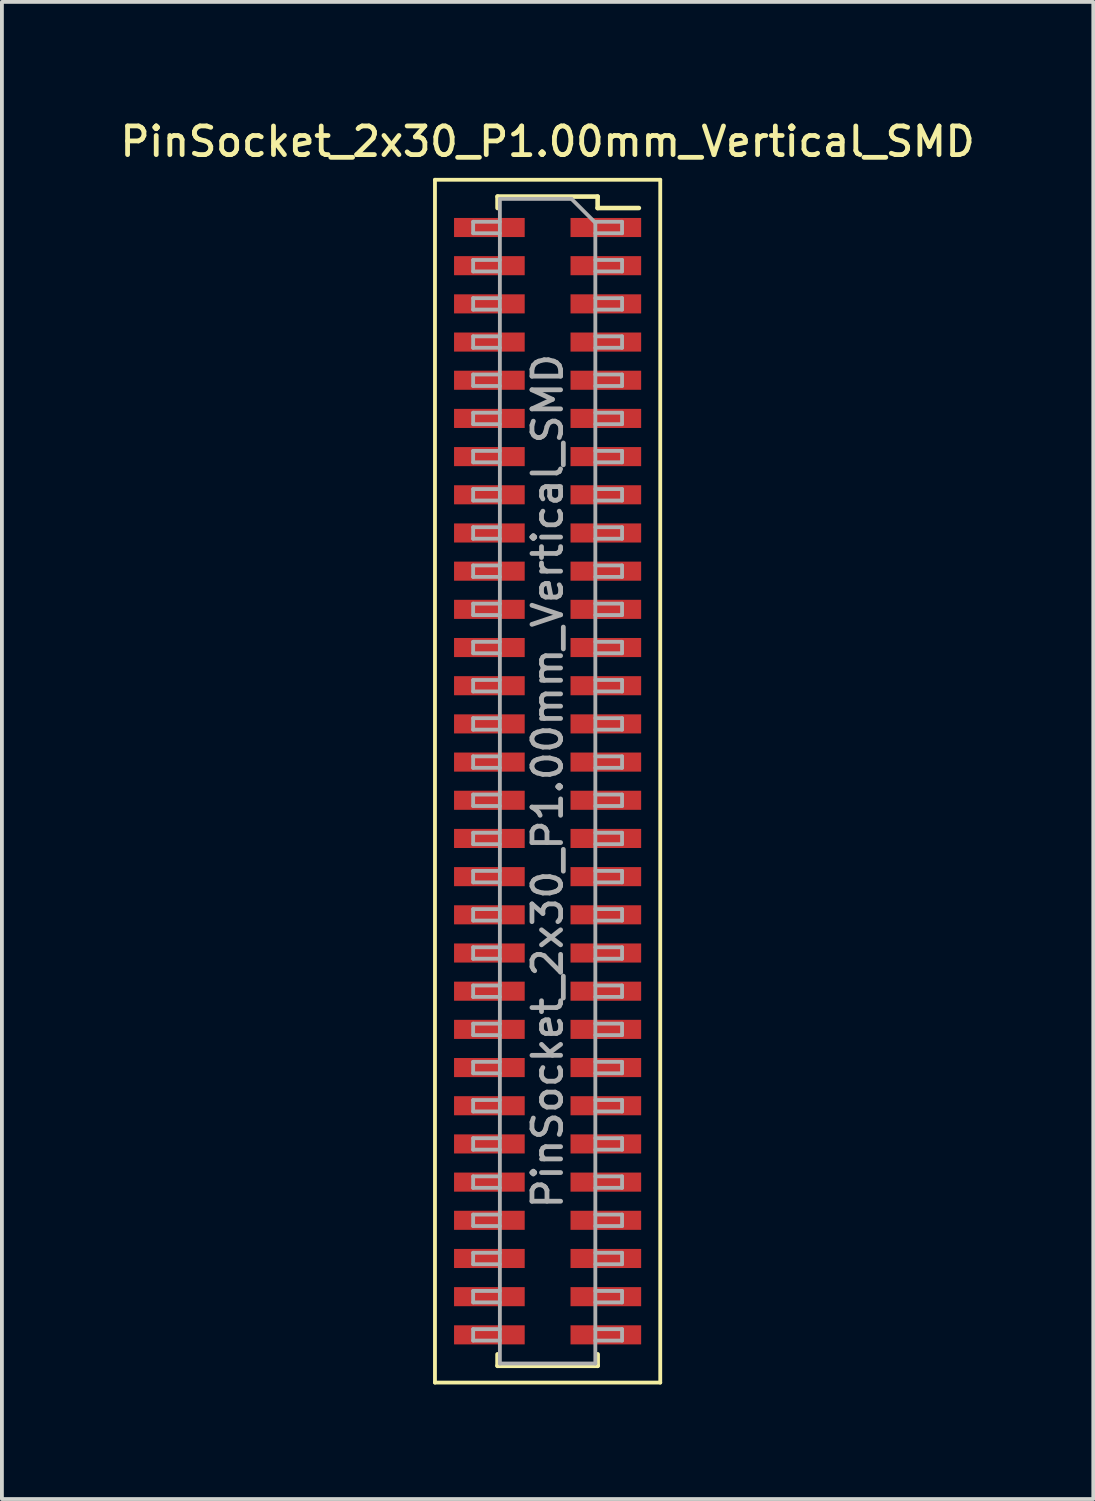
<source format=kicad_pcb>
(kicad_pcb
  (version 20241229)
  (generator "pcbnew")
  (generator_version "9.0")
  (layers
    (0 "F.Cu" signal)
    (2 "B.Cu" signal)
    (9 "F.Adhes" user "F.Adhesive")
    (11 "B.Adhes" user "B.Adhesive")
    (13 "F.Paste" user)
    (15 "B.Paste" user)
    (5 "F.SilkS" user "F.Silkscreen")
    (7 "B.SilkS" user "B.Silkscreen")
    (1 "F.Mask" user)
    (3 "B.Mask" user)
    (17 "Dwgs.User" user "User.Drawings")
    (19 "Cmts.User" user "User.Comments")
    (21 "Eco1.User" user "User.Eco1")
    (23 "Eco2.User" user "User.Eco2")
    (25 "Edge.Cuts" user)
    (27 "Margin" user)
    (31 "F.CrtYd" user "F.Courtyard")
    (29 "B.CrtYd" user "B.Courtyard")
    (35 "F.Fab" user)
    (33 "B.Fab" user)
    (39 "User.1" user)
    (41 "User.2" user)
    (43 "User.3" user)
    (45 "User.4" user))
  (footprint "PinSocket_2x30_P1.00mm_Vertical_SMD"
    (layer "F.Cu")
    (at 11.291 17.408)
    (property "Reference" "PinSocket_2x30_P1.00mm_Vertical_SMD" (at 0 -16.75 0) (layer "F.SilkS") (effects (font (size 0.75 0.75) (thickness 0.125))))
    (attr smd)
    (fp_line (start -2.95 -15.75) (end 2.95 -15.75) (stroke (width 0.1) (type solid)) (layer "F.SilkS"))
    (fp_line (start -2.95 15.75) (end -2.95 -15.75) (stroke (width 0.1) (type solid)) (layer "F.SilkS"))
    (fp_line (start -1.31 -15.31) (end -1.31 -15.01) (stroke (width 0.12) (type solid)) (layer "F.SilkS"))
    (fp_line (start -1.31 -15.31) (end 1.31 -15.31) (stroke (width 0.12) (type solid)) (layer "F.SilkS"))
    (fp_line (start -1.31 15.01) (end -1.31 15.31) (stroke (width 0.12) (type solid)) (layer "F.SilkS"))
    (fp_line (start -1.31 15.31) (end 1.31 15.31) (stroke (width 0.12) (type solid)) (layer "F.SilkS"))
    (fp_line (start 1.31 -15.31) (end 1.31 -15.01) (stroke (width 0.12) (type solid)) (layer "F.SilkS"))
    (fp_line (start 1.31 -15.01) (end 2.39 -15.01) (stroke (width 0.12) (type solid)) (layer "F.SilkS"))
    (fp_line (start 1.31 15.01) (end 1.31 15.31) (stroke (width 0.12) (type solid)) (layer "F.SilkS"))
    (fp_line (start 2.95 -15.75) (end 2.95 15.75) (stroke (width 0.1) (type solid)) (layer "F.SilkS"))
    (fp_line (start 2.95 15.75) (end -2.95 15.75) (stroke (width 0.1) (type solid)) (layer "F.SilkS"))
    (fp_line (start -1.95 -14.65) (end -1.25 -14.65) (stroke (width 0.1) (type solid)) (layer "F.Fab"))
    (fp_line (start -1.95 -14.35) (end -1.95 -14.65) (stroke (width 0.1) (type solid)) (layer "F.Fab"))
    (fp_line (start -1.95 -13.65) (end -1.25 -13.65) (stroke (width 0.1) (type solid)) (layer "F.Fab"))
    (fp_line (start -1.95 -13.35) (end -1.95 -13.65) (stroke (width 0.1) (type solid)) (layer "F.Fab"))
    (fp_line (start -1.95 -12.65) (end -1.25 -12.65) (stroke (width 0.1) (type solid)) (layer "F.Fab"))
    (fp_line (start -1.95 -12.35) (end -1.95 -12.65) (stroke (width 0.1) (type solid)) (layer "F.Fab"))
    (fp_line (start -1.95 -11.65) (end -1.25 -11.65) (stroke (width 0.1) (type solid)) (layer "F.Fab"))
    (fp_line (start -1.95 -11.35) (end -1.95 -11.65) (stroke (width 0.1) (type solid)) (layer "F.Fab"))
    (fp_line (start -1.95 -10.65) (end -1.25 -10.65) (stroke (width 0.1) (type solid)) (layer "F.Fab"))
    (fp_line (start -1.95 -10.35) (end -1.95 -10.65) (stroke (width 0.1) (type solid)) (layer "F.Fab"))
    (fp_line (start -1.95 -9.65) (end -1.25 -9.65) (stroke (width 0.1) (type solid)) (layer "F.Fab"))
    (fp_line (start -1.95 -9.35) (end -1.95 -9.65) (stroke (width 0.1) (type solid)) (layer "F.Fab"))
    (fp_line (start -1.95 -8.65) (end -1.25 -8.65) (stroke (width 0.1) (type solid)) (layer "F.Fab"))
    (fp_line (start -1.95 -8.35) (end -1.95 -8.65) (stroke (width 0.1) (type solid)) (layer "F.Fab"))
    (fp_line (start -1.95 -7.65) (end -1.25 -7.65) (stroke (width 0.1) (type solid)) (layer "F.Fab"))
    (fp_line (start -1.95 -7.35) (end -1.95 -7.65) (stroke (width 0.1) (type solid)) (layer "F.Fab"))
    (fp_line (start -1.95 -6.65) (end -1.25 -6.65) (stroke (width 0.1) (type solid)) (layer "F.Fab"))
    (fp_line (start -1.95 -6.35) (end -1.95 -6.65) (stroke (width 0.1) (type solid)) (layer "F.Fab"))
    (fp_line (start -1.95 -5.65) (end -1.25 -5.65) (stroke (width 0.1) (type solid)) (layer "F.Fab"))
    (fp_line (start -1.95 -5.35) (end -1.95 -5.65) (stroke (width 0.1) (type solid)) (layer "F.Fab"))
    (fp_line (start -1.95 -4.65) (end -1.25 -4.65) (stroke (width 0.1) (type solid)) (layer "F.Fab"))
    (fp_line (start -1.95 -4.35) (end -1.95 -4.65) (stroke (width 0.1) (type solid)) (layer "F.Fab"))
    (fp_line (start -1.95 -3.65) (end -1.25 -3.65) (stroke (width 0.1) (type solid)) (layer "F.Fab"))
    (fp_line (start -1.95 -3.35) (end -1.95 -3.65) (stroke (width 0.1) (type solid)) (layer "F.Fab"))
    (fp_line (start -1.95 -2.65) (end -1.25 -2.65) (stroke (width 0.1) (type solid)) (layer "F.Fab"))
    (fp_line (start -1.95 -2.35) (end -1.95 -2.65) (stroke (width 0.1) (type solid)) (layer "F.Fab"))
    (fp_line (start -1.95 -1.65) (end -1.25 -1.65) (stroke (width 0.1) (type solid)) (layer "F.Fab"))
    (fp_line (start -1.95 -1.35) (end -1.95 -1.65) (stroke (width 0.1) (type solid)) (layer "F.Fab"))
    (fp_line (start -1.95 -0.65) (end -1.25 -0.65) (stroke (width 0.1) (type solid)) (layer "F.Fab"))
    (fp_line (start -1.95 -0.35) (end -1.95 -0.65) (stroke (width 0.1) (type solid)) (layer "F.Fab"))
    (fp_line (start -1.95 0.35) (end -1.25 0.35) (stroke (width 0.1) (type solid)) (layer "F.Fab"))
    (fp_line (start -1.95 0.65) (end -1.95 0.35) (stroke (width 0.1) (type solid)) (layer "F.Fab"))
    (fp_line (start -1.95 1.35) (end -1.25 1.35) (stroke (width 0.1) (type solid)) (layer "F.Fab"))
    (fp_line (start -1.95 1.65) (end -1.95 1.35) (stroke (width 0.1) (type solid)) (layer "F.Fab"))
    (fp_line (start -1.95 2.35) (end -1.25 2.35) (stroke (width 0.1) (type solid)) (layer "F.Fab"))
    (fp_line (start -1.95 2.65) (end -1.95 2.35) (stroke (width 0.1) (type solid)) (layer "F.Fab"))
    (fp_line (start -1.95 3.35) (end -1.25 3.35) (stroke (width 0.1) (type solid)) (layer "F.Fab"))
    (fp_line (start -1.95 3.65) (end -1.95 3.35) (stroke (width 0.1) (type solid)) (layer "F.Fab"))
    (fp_line (start -1.95 4.35) (end -1.25 4.35) (stroke (width 0.1) (type solid)) (layer "F.Fab"))
    (fp_line (start -1.95 4.65) (end -1.95 4.35) (stroke (width 0.1) (type solid)) (layer "F.Fab"))
    (fp_line (start -1.95 5.35) (end -1.25 5.35) (stroke (width 0.1) (type solid)) (layer "F.Fab"))
    (fp_line (start -1.95 5.65) (end -1.95 5.35) (stroke (width 0.1) (type solid)) (layer "F.Fab"))
    (fp_line (start -1.95 6.35) (end -1.25 6.35) (stroke (width 0.1) (type solid)) (layer "F.Fab"))
    (fp_line (start -1.95 6.65) (end -1.95 6.35) (stroke (width 0.1) (type solid)) (layer "F.Fab"))
    (fp_line (start -1.95 7.35) (end -1.25 7.35) (stroke (width 0.1) (type solid)) (layer "F.Fab"))
    (fp_line (start -1.95 7.65) (end -1.95 7.35) (stroke (width 0.1) (type solid)) (layer "F.Fab"))
    (fp_line (start -1.95 8.35) (end -1.25 8.35) (stroke (width 0.1) (type solid)) (layer "F.Fab"))
    (fp_line (start -1.95 8.65) (end -1.95 8.35) (stroke (width 0.1) (type solid)) (layer "F.Fab"))
    (fp_line (start -1.95 9.35) (end -1.25 9.35) (stroke (width 0.1) (type solid)) (layer "F.Fab"))
    (fp_line (start -1.95 9.65) (end -1.95 9.35) (stroke (width 0.1) (type solid)) (layer "F.Fab"))
    (fp_line (start -1.95 10.35) (end -1.25 10.35) (stroke (width 0.1) (type solid)) (layer "F.Fab"))
    (fp_line (start -1.95 10.65) (end -1.95 10.35) (stroke (width 0.1) (type solid)) (layer "F.Fab"))
    (fp_line (start -1.95 11.35) (end -1.25 11.35) (stroke (width 0.1) (type solid)) (layer "F.Fab"))
    (fp_line (start -1.95 11.65) (end -1.95 11.35) (stroke (width 0.1) (type solid)) (layer "F.Fab"))
    (fp_line (start -1.95 12.35) (end -1.25 12.35) (stroke (width 0.1) (type solid)) (layer "F.Fab"))
    (fp_line (start -1.95 12.65) (end -1.95 12.35) (stroke (width 0.1) (type solid)) (layer "F.Fab"))
    (fp_line (start -1.95 13.35) (end -1.25 13.35) (stroke (width 0.1) (type solid)) (layer "F.Fab"))
    (fp_line (start -1.95 13.65) (end -1.95 13.35) (stroke (width 0.1) (type solid)) (layer "F.Fab"))
    (fp_line (start -1.95 14.35) (end -1.25 14.35) (stroke (width 0.1) (type solid)) (layer "F.Fab"))
    (fp_line (start -1.95 14.65) (end -1.95 14.35) (stroke (width 0.1) (type solid)) (layer "F.Fab"))
    (fp_line (start -1.25 -15.25) (end 0.625 -15.25) (stroke (width 0.1) (type solid)) (layer "F.Fab"))
    (fp_line (start -1.25 -14.35) (end -1.95 -14.35) (stroke (width 0.1) (type solid)) (layer "F.Fab"))
    (fp_line (start -1.25 -13.35) (end -1.95 -13.35) (stroke (width 0.1) (type solid)) (layer "F.Fab"))
    (fp_line (start -1.25 -12.35) (end -1.95 -12.35) (stroke (width 0.1) (type solid)) (layer "F.Fab"))
    (fp_line (start -1.25 -11.35) (end -1.95 -11.35) (stroke (width 0.1) (type solid)) (layer "F.Fab"))
    (fp_line (start -1.25 -10.35) (end -1.95 -10.35) (stroke (width 0.1) (type solid)) (layer "F.Fab"))
    (fp_line (start -1.25 -9.35) (end -1.95 -9.35) (stroke (width 0.1) (type solid)) (layer "F.Fab"))
    (fp_line (start -1.25 -8.35) (end -1.95 -8.35) (stroke (width 0.1) (type solid)) (layer "F.Fab"))
    (fp_line (start -1.25 -7.35) (end -1.95 -7.35) (stroke (width 0.1) (type solid)) (layer "F.Fab"))
    (fp_line (start -1.25 -6.35) (end -1.95 -6.35) (stroke (width 0.1) (type solid)) (layer "F.Fab"))
    (fp_line (start -1.25 -5.35) (end -1.95 -5.35) (stroke (width 0.1) (type solid)) (layer "F.Fab"))
    (fp_line (start -1.25 -4.35) (end -1.95 -4.35) (stroke (width 0.1) (type solid)) (layer "F.Fab"))
    (fp_line (start -1.25 -3.35) (end -1.95 -3.35) (stroke (width 0.1) (type solid)) (layer "F.Fab"))
    (fp_line (start -1.25 -2.35) (end -1.95 -2.35) (stroke (width 0.1) (type solid)) (layer "F.Fab"))
    (fp_line (start -1.25 -1.35) (end -1.95 -1.35) (stroke (width 0.1) (type solid)) (layer "F.Fab"))
    (fp_line (start -1.25 -0.35) (end -1.95 -0.35) (stroke (width 0.1) (type solid)) (layer "F.Fab"))
    (fp_line (start -1.25 0.65) (end -1.95 0.65) (stroke (width 0.1) (type solid)) (layer "F.Fab"))
    (fp_line (start -1.25 1.65) (end -1.95 1.65) (stroke (width 0.1) (type solid)) (layer "F.Fab"))
    (fp_line (start -1.25 2.65) (end -1.95 2.65) (stroke (width 0.1) (type solid)) (layer "F.Fab"))
    (fp_line (start -1.25 3.65) (end -1.95 3.65) (stroke (width 0.1) (type solid)) (layer "F.Fab"))
    (fp_line (start -1.25 4.65) (end -1.95 4.65) (stroke (width 0.1) (type solid)) (layer "F.Fab"))
    (fp_line (start -1.25 5.65) (end -1.95 5.65) (stroke (width 0.1) (type solid)) (layer "F.Fab"))
    (fp_line (start -1.25 6.65) (end -1.95 6.65) (stroke (width 0.1) (type solid)) (layer "F.Fab"))
    (fp_line (start -1.25 7.65) (end -1.95 7.65) (stroke (width 0.1) (type solid)) (layer "F.Fab"))
    (fp_line (start -1.25 8.65) (end -1.95 8.65) (stroke (width 0.1) (type solid)) (layer "F.Fab"))
    (fp_line (start -1.25 9.65) (end -1.95 9.65) (stroke (width 0.1) (type solid)) (layer "F.Fab"))
    (fp_line (start -1.25 10.65) (end -1.95 10.65) (stroke (width 0.1) (type solid)) (layer "F.Fab"))
    (fp_line (start -1.25 11.65) (end -1.95 11.65) (stroke (width 0.1) (type solid)) (layer "F.Fab"))
    (fp_line (start -1.25 12.65) (end -1.95 12.65) (stroke (width 0.1) (type solid)) (layer "F.Fab"))
    (fp_line (start -1.25 13.65) (end -1.95 13.65) (stroke (width 0.1) (type solid)) (layer "F.Fab"))
    (fp_line (start -1.25 14.65) (end -1.95 14.65) (stroke (width 0.1) (type solid)) (layer "F.Fab"))
    (fp_line (start -1.25 15.25) (end -1.25 -15.25) (stroke (width 0.1) (type solid)) (layer "F.Fab"))
    (fp_line (start 0.625 -15.25) (end 1.25 -14.625) (stroke (width 0.1) (type solid)) (layer "F.Fab"))
    (fp_line (start 1.25 -14.65) (end 1.95 -14.65) (stroke (width 0.1) (type solid)) (layer "F.Fab"))
    (fp_line (start 1.25 -14.625) (end 1.25 15.25) (stroke (width 0.1) (type solid)) (layer "F.Fab"))
    (fp_line (start 1.25 -13.65) (end 1.95 -13.65) (stroke (width 0.1) (type solid)) (layer "F.Fab"))
    (fp_line (start 1.25 -12.65) (end 1.95 -12.65) (stroke (width 0.1) (type solid)) (layer "F.Fab"))
    (fp_line (start 1.25 -11.65) (end 1.95 -11.65) (stroke (width 0.1) (type solid)) (layer "F.Fab"))
    (fp_line (start 1.25 -10.65) (end 1.95 -10.65) (stroke (width 0.1) (type solid)) (layer "F.Fab"))
    (fp_line (start 1.25 -9.65) (end 1.95 -9.65) (stroke (width 0.1) (type solid)) (layer "F.Fab"))
    (fp_line (start 1.25 -8.65) (end 1.95 -8.65) (stroke (width 0.1) (type solid)) (layer "F.Fab"))
    (fp_line (start 1.25 -7.65) (end 1.95 -7.65) (stroke (width 0.1) (type solid)) (layer "F.Fab"))
    (fp_line (start 1.25 -6.65) (end 1.95 -6.65) (stroke (width 0.1) (type solid)) (layer "F.Fab"))
    (fp_line (start 1.25 -5.65) (end 1.95 -5.65) (stroke (width 0.1) (type solid)) (layer "F.Fab"))
    (fp_line (start 1.25 -4.65) (end 1.95 -4.65) (stroke (width 0.1) (type solid)) (layer "F.Fab"))
    (fp_line (start 1.25 -3.65) (end 1.95 -3.65) (stroke (width 0.1) (type solid)) (layer "F.Fab"))
    (fp_line (start 1.25 -2.65) (end 1.95 -2.65) (stroke (width 0.1) (type solid)) (layer "F.Fab"))
    (fp_line (start 1.25 -1.65) (end 1.95 -1.65) (stroke (width 0.1) (type solid)) (layer "F.Fab"))
    (fp_line (start 1.25 -0.65) (end 1.95 -0.65) (stroke (width 0.1) (type solid)) (layer "F.Fab"))
    (fp_line (start 1.25 0.35) (end 1.95 0.35) (stroke (width 0.1) (type solid)) (layer "F.Fab"))
    (fp_line (start 1.25 1.35) (end 1.95 1.35) (stroke (width 0.1) (type solid)) (layer "F.Fab"))
    (fp_line (start 1.25 2.35) (end 1.95 2.35) (stroke (width 0.1) (type solid)) (layer "F.Fab"))
    (fp_line (start 1.25 3.35) (end 1.95 3.35) (stroke (width 0.1) (type solid)) (layer "F.Fab"))
    (fp_line (start 1.25 4.35) (end 1.95 4.35) (stroke (width 0.1) (type solid)) (layer "F.Fab"))
    (fp_line (start 1.25 5.35) (end 1.95 5.35) (stroke (width 0.1) (type solid)) (layer "F.Fab"))
    (fp_line (start 1.25 6.35) (end 1.95 6.35) (stroke (width 0.1) (type solid)) (layer "F.Fab"))
    (fp_line (start 1.25 7.35) (end 1.95 7.35) (stroke (width 0.1) (type solid)) (layer "F.Fab"))
    (fp_line (start 1.25 8.35) (end 1.95 8.35) (stroke (width 0.1) (type solid)) (layer "F.Fab"))
    (fp_line (start 1.25 9.35) (end 1.95 9.35) (stroke (width 0.1) (type solid)) (layer "F.Fab"))
    (fp_line (start 1.25 10.35) (end 1.95 10.35) (stroke (width 0.1) (type solid)) (layer "F.Fab"))
    (fp_line (start 1.25 11.35) (end 1.95 11.35) (stroke (width 0.1) (type solid)) (layer "F.Fab"))
    (fp_line (start 1.25 12.35) (end 1.95 12.35) (stroke (width 0.1) (type solid)) (layer "F.Fab"))
    (fp_line (start 1.25 13.35) (end 1.95 13.35) (stroke (width 0.1) (type solid)) (layer "F.Fab"))
    (fp_line (start 1.25 14.35) (end 1.95 14.35) (stroke (width 0.1) (type solid)) (layer "F.Fab"))
    (fp_line (start 1.25 15.25) (end -1.25 15.25) (stroke (width 0.1) (type solid)) (layer "F.Fab"))
    (fp_line (start 1.95 -14.65) (end 1.95 -14.35) (stroke (width 0.1) (type solid)) (layer "F.Fab"))
    (fp_line (start 1.95 -14.35) (end 1.25 -14.35) (stroke (width 0.1) (type solid)) (layer "F.Fab"))
    (fp_line (start 1.95 -13.65) (end 1.95 -13.35) (stroke (width 0.1) (type solid)) (layer "F.Fab"))
    (fp_line (start 1.95 -13.35) (end 1.25 -13.35) (stroke (width 0.1) (type solid)) (layer "F.Fab"))
    (fp_line (start 1.95 -12.65) (end 1.95 -12.35) (stroke (width 0.1) (type solid)) (layer "F.Fab"))
    (fp_line (start 1.95 -12.35) (end 1.25 -12.35) (stroke (width 0.1) (type solid)) (layer "F.Fab"))
    (fp_line (start 1.95 -11.65) (end 1.95 -11.35) (stroke (width 0.1) (type solid)) (layer "F.Fab"))
    (fp_line (start 1.95 -11.35) (end 1.25 -11.35) (stroke (width 0.1) (type solid)) (layer "F.Fab"))
    (fp_line (start 1.95 -10.65) (end 1.95 -10.35) (stroke (width 0.1) (type solid)) (layer "F.Fab"))
    (fp_line (start 1.95 -10.35) (end 1.25 -10.35) (stroke (width 0.1) (type solid)) (layer "F.Fab"))
    (fp_line (start 1.95 -9.65) (end 1.95 -9.35) (stroke (width 0.1) (type solid)) (layer "F.Fab"))
    (fp_line (start 1.95 -9.35) (end 1.25 -9.35) (stroke (width 0.1) (type solid)) (layer "F.Fab"))
    (fp_line (start 1.95 -8.65) (end 1.95 -8.35) (stroke (width 0.1) (type solid)) (layer "F.Fab"))
    (fp_line (start 1.95 -8.35) (end 1.25 -8.35) (stroke (width 0.1) (type solid)) (layer "F.Fab"))
    (fp_line (start 1.95 -7.65) (end 1.95 -7.35) (stroke (width 0.1) (type solid)) (layer "F.Fab"))
    (fp_line (start 1.95 -7.35) (end 1.25 -7.35) (stroke (width 0.1) (type solid)) (layer "F.Fab"))
    (fp_line (start 1.95 -6.65) (end 1.95 -6.35) (stroke (width 0.1) (type solid)) (layer "F.Fab"))
    (fp_line (start 1.95 -6.35) (end 1.25 -6.35) (stroke (width 0.1) (type solid)) (layer "F.Fab"))
    (fp_line (start 1.95 -5.65) (end 1.95 -5.35) (stroke (width 0.1) (type solid)) (layer "F.Fab"))
    (fp_line (start 1.95 -5.35) (end 1.25 -5.35) (stroke (width 0.1) (type solid)) (layer "F.Fab"))
    (fp_line (start 1.95 -4.65) (end 1.95 -4.35) (stroke (width 0.1) (type solid)) (layer "F.Fab"))
    (fp_line (start 1.95 -4.35) (end 1.25 -4.35) (stroke (width 0.1) (type solid)) (layer "F.Fab"))
    (fp_line (start 1.95 -3.65) (end 1.95 -3.35) (stroke (width 0.1) (type solid)) (layer "F.Fab"))
    (fp_line (start 1.95 -3.35) (end 1.25 -3.35) (stroke (width 0.1) (type solid)) (layer "F.Fab"))
    (fp_line (start 1.95 -2.65) (end 1.95 -2.35) (stroke (width 0.1) (type solid)) (layer "F.Fab"))
    (fp_line (start 1.95 -2.35) (end 1.25 -2.35) (stroke (width 0.1) (type solid)) (layer "F.Fab"))
    (fp_line (start 1.95 -1.65) (end 1.95 -1.35) (stroke (width 0.1) (type solid)) (layer "F.Fab"))
    (fp_line (start 1.95 -1.35) (end 1.25 -1.35) (stroke (width 0.1) (type solid)) (layer "F.Fab"))
    (fp_line (start 1.95 -0.65) (end 1.95 -0.35) (stroke (width 0.1) (type solid)) (layer "F.Fab"))
    (fp_line (start 1.95 -0.35) (end 1.25 -0.35) (stroke (width 0.1) (type solid)) (layer "F.Fab"))
    (fp_line (start 1.95 0.35) (end 1.95 0.65) (stroke (width 0.1) (type solid)) (layer "F.Fab"))
    (fp_line (start 1.95 0.65) (end 1.25 0.65) (stroke (width 0.1) (type solid)) (layer "F.Fab"))
    (fp_line (start 1.95 1.35) (end 1.95 1.65) (stroke (width 0.1) (type solid)) (layer "F.Fab"))
    (fp_line (start 1.95 1.65) (end 1.25 1.65) (stroke (width 0.1) (type solid)) (layer "F.Fab"))
    (fp_line (start 1.95 2.35) (end 1.95 2.65) (stroke (width 0.1) (type solid)) (layer "F.Fab"))
    (fp_line (start 1.95 2.65) (end 1.25 2.65) (stroke (width 0.1) (type solid)) (layer "F.Fab"))
    (fp_line (start 1.95 3.35) (end 1.95 3.65) (stroke (width 0.1) (type solid)) (layer "F.Fab"))
    (fp_line (start 1.95 3.65) (end 1.25 3.65) (stroke (width 0.1) (type solid)) (layer "F.Fab"))
    (fp_line (start 1.95 4.35) (end 1.95 4.65) (stroke (width 0.1) (type solid)) (layer "F.Fab"))
    (fp_line (start 1.95 4.65) (end 1.25 4.65) (stroke (width 0.1) (type solid)) (layer "F.Fab"))
    (fp_line (start 1.95 5.35) (end 1.95 5.65) (stroke (width 0.1) (type solid)) (layer "F.Fab"))
    (fp_line (start 1.95 5.65) (end 1.25 5.65) (stroke (width 0.1) (type solid)) (layer "F.Fab"))
    (fp_line (start 1.95 6.35) (end 1.95 6.65) (stroke (width 0.1) (type solid)) (layer "F.Fab"))
    (fp_line (start 1.95 6.65) (end 1.25 6.65) (stroke (width 0.1) (type solid)) (layer "F.Fab"))
    (fp_line (start 1.95 7.35) (end 1.95 7.65) (stroke (width 0.1) (type solid)) (layer "F.Fab"))
    (fp_line (start 1.95 7.65) (end 1.25 7.65) (stroke (width 0.1) (type solid)) (layer "F.Fab"))
    (fp_line (start 1.95 8.35) (end 1.95 8.65) (stroke (width 0.1) (type solid)) (layer "F.Fab"))
    (fp_line (start 1.95 8.65) (end 1.25 8.65) (stroke (width 0.1) (type solid)) (layer "F.Fab"))
    (fp_line (start 1.95 9.35) (end 1.95 9.65) (stroke (width 0.1) (type solid)) (layer "F.Fab"))
    (fp_line (start 1.95 9.65) (end 1.25 9.65) (stroke (width 0.1) (type solid)) (layer "F.Fab"))
    (fp_line (start 1.95 10.35) (end 1.95 10.65) (stroke (width 0.1) (type solid)) (layer "F.Fab"))
    (fp_line (start 1.95 10.65) (end 1.25 10.65) (stroke (width 0.1) (type solid)) (layer "F.Fab"))
    (fp_line (start 1.95 11.35) (end 1.95 11.65) (stroke (width 0.1) (type solid)) (layer "F.Fab"))
    (fp_line (start 1.95 11.65) (end 1.25 11.65) (stroke (width 0.1) (type solid)) (layer "F.Fab"))
    (fp_line (start 1.95 12.35) (end 1.95 12.65) (stroke (width 0.1) (type solid)) (layer "F.Fab"))
    (fp_line (start 1.95 12.65) (end 1.25 12.65) (stroke (width 0.1) (type solid)) (layer "F.Fab"))
    (fp_line (start 1.95 13.35) (end 1.95 13.65) (stroke (width 0.1) (type solid)) (layer "F.Fab"))
    (fp_line (start 1.95 13.65) (end 1.25 13.65) (stroke (width 0.1) (type solid)) (layer "F.Fab"))
    (fp_line (start 1.95 14.35) (end 1.95 14.65) (stroke (width 0.1) (type solid)) (layer "F.Fab"))
    (fp_line (start 1.95 14.65) (end 1.25 14.65) (stroke (width 0.1) (type solid)) (layer "F.Fab"))
    (fp_text user "${REFERENCE}" (at 0 0 90) (layer "F.Fab") (effects (font (size 0.75 0.75) (thickness 0.125))))
    (pad "1" smd rect (at 1.525 -14.5) (size 1.85 0.5) (layers "F.Cu" "F.Mask" "F.Paste"))
    (pad "2" smd rect (at -1.525 -14.5) (size 1.85 0.5) (layers "F.Cu" "F.Mask" "F.Paste"))
    (pad "3" smd rect (at 1.525 -13.5) (size 1.85 0.5) (layers "F.Cu" "F.Mask" "F.Paste"))
    (pad "4" smd rect (at -1.525 -13.5) (size 1.85 0.5) (layers "F.Cu" "F.Mask" "F.Paste"))
    (pad "5" smd rect (at 1.525 -12.5) (size 1.85 0.5) (layers "F.Cu" "F.Mask" "F.Paste"))
    (pad "6" smd rect (at -1.525 -12.5) (size 1.85 0.5) (layers "F.Cu" "F.Mask" "F.Paste"))
    (pad "7" smd rect (at 1.525 -11.5) (size 1.85 0.5) (layers "F.Cu" "F.Mask" "F.Paste"))
    (pad "8" smd rect (at -1.525 -11.5) (size 1.85 0.5) (layers "F.Cu" "F.Mask" "F.Paste"))
    (pad "9" smd rect (at 1.525 -10.5) (size 1.85 0.5) (layers "F.Cu" "F.Mask" "F.Paste"))
    (pad "10" smd rect (at -1.525 -10.5) (size 1.85 0.5) (layers "F.Cu" "F.Mask" "F.Paste"))
    (pad "11" smd rect (at 1.525 -9.5) (size 1.85 0.5) (layers "F.Cu" "F.Mask" "F.Paste"))
    (pad "12" smd rect (at -1.525 -9.5) (size 1.85 0.5) (layers "F.Cu" "F.Mask" "F.Paste"))
    (pad "13" smd rect (at 1.525 -8.5) (size 1.85 0.5) (layers "F.Cu" "F.Mask" "F.Paste"))
    (pad "14" smd rect (at -1.525 -8.5) (size 1.85 0.5) (layers "F.Cu" "F.Mask" "F.Paste"))
    (pad "15" smd rect (at 1.525 -7.5) (size 1.85 0.5) (layers "F.Cu" "F.Mask" "F.Paste"))
    (pad "16" smd rect (at -1.525 -7.5) (size 1.85 0.5) (layers "F.Cu" "F.Mask" "F.Paste"))
    (pad "17" smd rect (at 1.525 -6.5) (size 1.85 0.5) (layers "F.Cu" "F.Mask" "F.Paste"))
    (pad "18" smd rect (at -1.525 -6.5) (size 1.85 0.5) (layers "F.Cu" "F.Mask" "F.Paste"))
    (pad "19" smd rect (at 1.525 -5.5) (size 1.85 0.5) (layers "F.Cu" "F.Mask" "F.Paste"))
    (pad "20" smd rect (at -1.525 -5.5) (size 1.85 0.5) (layers "F.Cu" "F.Mask" "F.Paste"))
    (pad "21" smd rect (at 1.525 -4.5) (size 1.85 0.5) (layers "F.Cu" "F.Mask" "F.Paste"))
    (pad "22" smd rect (at -1.525 -4.5) (size 1.85 0.5) (layers "F.Cu" "F.Mask" "F.Paste"))
    (pad "23" smd rect (at 1.525 -3.5) (size 1.85 0.5) (layers "F.Cu" "F.Mask" "F.Paste"))
    (pad "24" smd rect (at -1.525 -3.5) (size 1.85 0.5) (layers "F.Cu" "F.Mask" "F.Paste"))
    (pad "25" smd rect (at 1.525 -2.5) (size 1.85 0.5) (layers "F.Cu" "F.Mask" "F.Paste"))
    (pad "26" smd rect (at -1.525 -2.5) (size 1.85 0.5) (layers "F.Cu" "F.Mask" "F.Paste"))
    (pad "27" smd rect (at 1.525 -1.5) (size 1.85 0.5) (layers "F.Cu" "F.Mask" "F.Paste"))
    (pad "28" smd rect (at -1.525 -1.5) (size 1.85 0.5) (layers "F.Cu" "F.Mask" "F.Paste"))
    (pad "29" smd rect (at 1.525 -0.5) (size 1.85 0.5) (layers "F.Cu" "F.Mask" "F.Paste"))
    (pad "30" smd rect (at -1.525 -0.5) (size 1.85 0.5) (layers "F.Cu" "F.Mask" "F.Paste"))
    (pad "31" smd rect (at 1.525 0.5) (size 1.85 0.5) (layers "F.Cu" "F.Mask" "F.Paste"))
    (pad "32" smd rect (at -1.525 0.5) (size 1.85 0.5) (layers "F.Cu" "F.Mask" "F.Paste"))
    (pad "33" smd rect (at 1.525 1.5) (size 1.85 0.5) (layers "F.Cu" "F.Mask" "F.Paste"))
    (pad "34" smd rect (at -1.525 1.5) (size 1.85 0.5) (layers "F.Cu" "F.Mask" "F.Paste"))
    (pad "35" smd rect (at 1.525 2.5) (size 1.85 0.5) (layers "F.Cu" "F.Mask" "F.Paste"))
    (pad "36" smd rect (at -1.525 2.5) (size 1.85 0.5) (layers "F.Cu" "F.Mask" "F.Paste"))
    (pad "37" smd rect (at 1.525 3.5) (size 1.85 0.5) (layers "F.Cu" "F.Mask" "F.Paste"))
    (pad "38" smd rect (at -1.525 3.5) (size 1.85 0.5) (layers "F.Cu" "F.Mask" "F.Paste"))
    (pad "39" smd rect (at 1.525 4.5) (size 1.85 0.5) (layers "F.Cu" "F.Mask" "F.Paste"))
    (pad "40" smd rect (at -1.525 4.5) (size 1.85 0.5) (layers "F.Cu" "F.Mask" "F.Paste"))
    (pad "41" smd rect (at 1.525 5.5) (size 1.85 0.5) (layers "F.Cu" "F.Mask" "F.Paste"))
    (pad "42" smd rect (at -1.525 5.5) (size 1.85 0.5) (layers "F.Cu" "F.Mask" "F.Paste"))
    (pad "43" smd rect (at 1.525 6.5) (size 1.85 0.5) (layers "F.Cu" "F.Mask" "F.Paste"))
    (pad "44" smd rect (at -1.525 6.5) (size 1.85 0.5) (layers "F.Cu" "F.Mask" "F.Paste"))
    (pad "45" smd rect (at 1.525 7.5) (size 1.85 0.5) (layers "F.Cu" "F.Mask" "F.Paste"))
    (pad "46" smd rect (at -1.525 7.5) (size 1.85 0.5) (layers "F.Cu" "F.Mask" "F.Paste"))
    (pad "47" smd rect (at 1.525 8.5) (size 1.85 0.5) (layers "F.Cu" "F.Mask" "F.Paste"))
    (pad "48" smd rect (at -1.525 8.5) (size 1.85 0.5) (layers "F.Cu" "F.Mask" "F.Paste"))
    (pad "49" smd rect (at 1.525 9.5) (size 1.85 0.5) (layers "F.Cu" "F.Mask" "F.Paste"))
    (pad "50" smd rect (at -1.525 9.5) (size 1.85 0.5) (layers "F.Cu" "F.Mask" "F.Paste"))
    (pad "51" smd rect (at 1.525 10.5) (size 1.85 0.5) (layers "F.Cu" "F.Mask" "F.Paste"))
    (pad "52" smd rect (at -1.525 10.5) (size 1.85 0.5) (layers "F.Cu" "F.Mask" "F.Paste"))
    (pad "53" smd rect (at 1.525 11.5) (size 1.85 0.5) (layers "F.Cu" "F.Mask" "F.Paste"))
    (pad "54" smd rect (at -1.525 11.5) (size 1.85 0.5) (layers "F.Cu" "F.Mask" "F.Paste"))
    (pad "55" smd rect (at 1.525 12.5) (size 1.85 0.5) (layers "F.Cu" "F.Mask" "F.Paste"))
    (pad "56" smd rect (at -1.525 12.5) (size 1.85 0.5) (layers "F.Cu" "F.Mask" "F.Paste"))
    (pad "57" smd rect (at 1.525 13.5) (size 1.85 0.5) (layers "F.Cu" "F.Mask" "F.Paste"))
    (pad "58" smd rect (at -1.525 13.5) (size 1.85 0.5) (layers "F.Cu" "F.Mask" "F.Paste"))
    (pad "59" smd rect (at 1.525 14.5) (size 1.85 0.5) (layers "F.Cu" "F.Mask" "F.Paste"))
    (pad "60" smd rect (at -1.525 14.5) (size 1.85 0.5) (layers "F.Cu" "F.Mask" "F.Paste")))
  (gr_rect
    (start -3 -3)
    (end 25.582 36.208)
    (stroke (width 0.1) (type default))
    (fill no)
    (layer "Edge.Cuts")))
</source>
